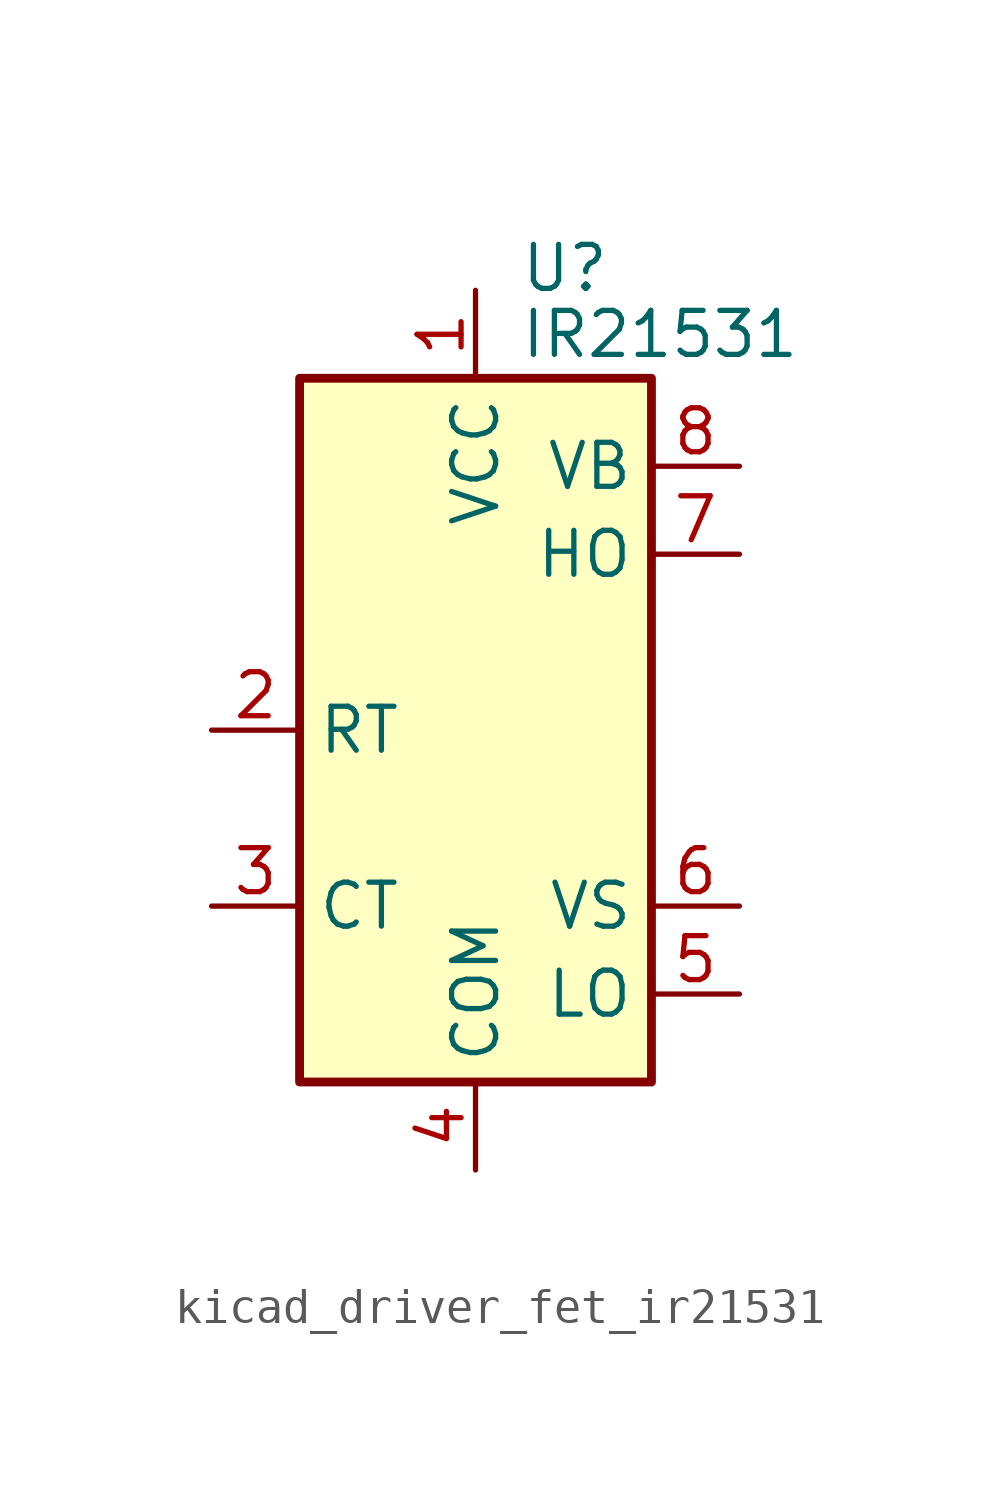
<source format=kicad_sym>
(kicad_symbol_lib
  (version 20220914)
  (generator kicad_symbol_editor)
  (symbol "kicad_driver_fet_ir21531"
    (property "Reference" "U"
      (at 1.27 13.335 0)
      (effects (font (size 1.27 1.27)) (justify left)))
    (property "Value" "IR21531"
      (at 1.27 11.43 0)
      (effects (font (size 1.27 1.27)) (justify left)))
    (symbol "kicad_driver_fet_ir21531_0_1"
      (rectangle (start -5.08 -10.16) (end 5.08 10.16) (stroke (width 0.254) (type default)) (fill (type background))))
    (symbol "kicad_driver_fet_ir21531_1_1"
      (pin power_in line (at 0 12.7 270) (length 2.54) (name "VCC" (effects (font (size 1.27 1.27)))) (number "1" (effects (font (size 1.27 1.27)))))
      (pin passive line (at -7.62 0 0) (length 2.54) (name "RT" (effects (font (size 1.27 1.27)))) (number "2" (effects (font (size 1.27 1.27)))))
      (pin passive line (at -7.62 -5.08 0) (length 2.54) (name "CT" (effects (font (size 1.27 1.27)))) (number "3" (effects (font (size 1.27 1.27)))))
      (pin power_in line (at 0 -12.7 90) (length 2.54) (name "COM" (effects (font (size 1.27 1.27)))) (number "4" (effects (font (size 1.27 1.27)))))
      (pin output line (at 7.62 -7.62 180) (length 2.54) (name "LO" (effects (font (size 1.27 1.27)))) (number "5" (effects (font (size 1.27 1.27)))))
      (pin passive line (at 7.62 -5.08 180) (length 2.54) (name "VS" (effects (font (size 1.27 1.27)))) (number "6" (effects (font (size 1.27 1.27)))))
      (pin output line (at 7.62 5.08 180) (length 2.54) (name "HO" (effects (font (size 1.27 1.27)))) (number "7" (effects (font (size 1.27 1.27)))))
      (pin passive line (at 7.62 7.62 180) (length 2.54) (name "VB" (effects (font (size 1.27 1.27)))) (number "8" (effects (font (size 1.27 1.27))))))))
</source>
